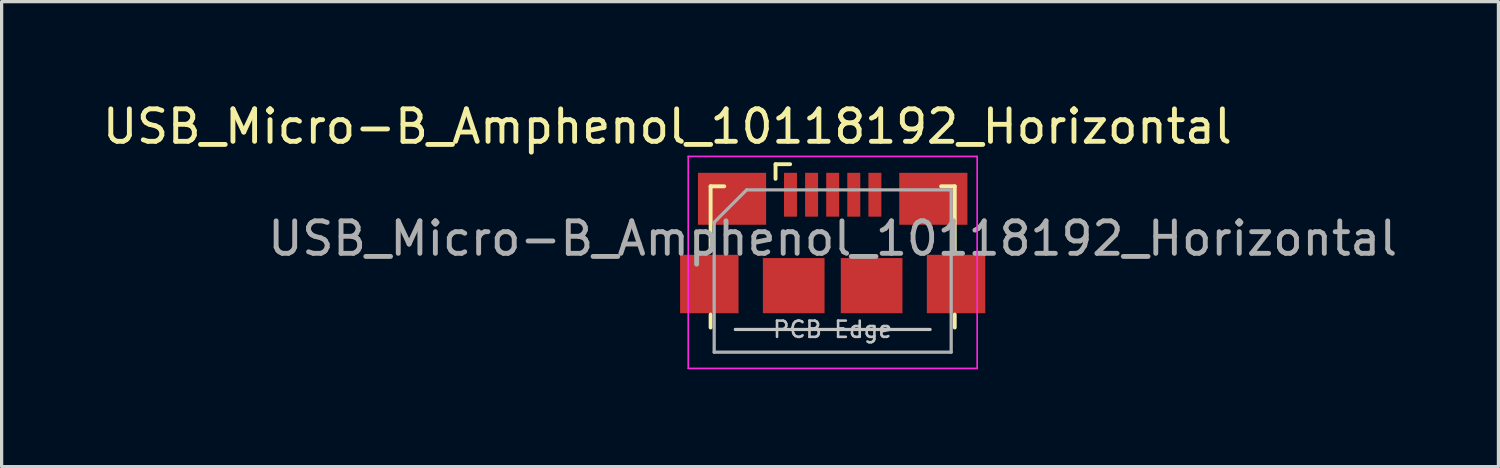
<source format=kicad_pcb>
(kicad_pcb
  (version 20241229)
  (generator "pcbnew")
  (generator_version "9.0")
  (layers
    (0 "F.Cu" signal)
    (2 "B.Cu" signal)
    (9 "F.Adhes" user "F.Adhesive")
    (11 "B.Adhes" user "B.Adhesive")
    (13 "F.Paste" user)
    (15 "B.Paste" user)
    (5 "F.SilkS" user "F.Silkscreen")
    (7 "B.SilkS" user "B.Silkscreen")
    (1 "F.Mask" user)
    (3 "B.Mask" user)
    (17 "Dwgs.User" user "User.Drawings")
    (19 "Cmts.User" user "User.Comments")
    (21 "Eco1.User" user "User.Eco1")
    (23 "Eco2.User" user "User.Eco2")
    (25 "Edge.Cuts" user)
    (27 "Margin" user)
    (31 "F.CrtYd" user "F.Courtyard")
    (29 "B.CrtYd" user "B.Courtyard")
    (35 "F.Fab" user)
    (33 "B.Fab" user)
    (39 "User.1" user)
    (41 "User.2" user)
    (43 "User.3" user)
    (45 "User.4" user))
  (footprint "USB_Micro-B_Amphenol_10118192_Horizontal"
    (layer "F.Cu")
    (at 22.598 4.348)
    (property "Reference" "USB_Micro-B_Amphenol_10118192_Horizontal" (at -5.092 -3.5 0) (layer "F.SilkS") (effects (font (size 1 1) (thickness 0.15))))
    (attr smd)
    (fp_line (start -3.76 -1.66) (end -3.34 -1.66) (stroke (width 0.12) (type solid)) (layer "F.SilkS"))
    (fp_line (start -3.76 0.32) (end -3.76 -1.66) (stroke (width 0.12) (type solid)) (layer "F.SilkS"))
    (fp_line (start -3.76 2.69) (end -3.76 2.29) (stroke (width 0.12) (type solid)) (layer "F.SilkS"))
    (fp_line (start -1.76 -1.89) (end -1.76 -2.34) (stroke (width 0.12) (type solid)) (layer "F.SilkS"))
    (fp_line (start -1.31 -2.34) (end -1.76 -2.34) (stroke (width 0.12) (type solid)) (layer "F.SilkS"))
    (fp_line (start 3.76 -1.66) (end 3.34 -1.66) (stroke (width 0.12) (type solid)) (layer "F.SilkS"))
    (fp_line (start 3.76 0.32) (end 3.76 -1.66) (stroke (width 0.12) (type solid)) (layer "F.SilkS"))
    (fp_line (start 3.76 2.29) (end 3.76 2.69) (stroke (width 0.12) (type solid)) (layer "F.SilkS"))
    (fp_line (start 3 2.75) (end -3 2.75) (stroke (width 0.1) (type solid)) (layer "Dwgs.User"))
    (fp_line (start -4.45 -2.58) (end -4.45 3.95) (stroke (width 0.05) (type solid)) (layer "F.CrtYd"))
    (fp_line (start -4.45 -2.58) (end 4.45 -2.58) (stroke (width 0.05) (type solid)) (layer "F.CrtYd"))
    (fp_line (start -4.45 3.95) (end 4.45 3.95) (stroke (width 0.05) (type solid)) (layer "F.CrtYd"))
    (fp_line (start 4.45 -2.58) (end 4.45 3.95) (stroke (width 0.05) (type solid)) (layer "F.CrtYd"))
    (fp_line (start -3.65 -0.55) (end -2.65 -1.55) (stroke (width 0.1) (type solid)) (layer "F.Fab"))
    (fp_line (start -3.65 3.45) (end -3.65 -0.55) (stroke (width 0.1) (type solid)) (layer "F.Fab"))
    (fp_line (start -2.65 -1.55) (end 3.65 -1.55) (stroke (width 0.1) (type solid)) (layer "F.Fab"))
    (fp_line (start 3.65 -1.55) (end 3.65 3.45) (stroke (width 0.1) (type solid)) (layer "F.Fab"))
    (fp_line (start 3.65 3.45) (end -3.65 3.45) (stroke (width 0.1) (type solid)) (layer "F.Fab"))
    (fp_text user "PCB Edge" (at 0 2.75 0) (layer "Dwgs.User") (effects (font (size 0.5 0.5) (thickness 0.08))))
    (fp_text user "${REFERENCE}" (at 0 -0.05 0) (layer "F.Fab") (effects (font (size 1 1) (thickness 0.15))))
    (pad "1" smd rect (at -1.3 -1.4) (size 0.4 1.35) (layers "F.Cu" "F.Mask" "F.Paste"))
    (pad "2" smd rect (at -0.65 -1.4) (size 0.4 1.35) (layers "F.Cu" "F.Mask" "F.Paste"))
    (pad "3" smd rect (at 0 -1.4) (size 0.4 1.35) (layers "F.Cu" "F.Mask" "F.Paste"))
    (pad "4" smd rect (at 0.65 -1.4) (size 0.4 1.35) (layers "F.Cu" "F.Mask" "F.Paste"))
    (pad "5" smd rect (at 1.3 -1.4) (size 0.4 1.35) (layers "F.Cu" "F.Mask" "F.Paste"))
    (pad "6" smd rect (at -3.8 1.35) (size 1.8 1.8) (layers "F.Cu" "F.Mask" "F.Paste"))
    (pad "6" smd rect (at -3.1 -1.275) (size 2.1 1.6) (layers "F.Cu" "F.Mask" "F.Paste"))
    (pad "6" smd rect (at -1.2 1.4) (size 1.9 1.7) (layers "F.Cu" "F.Mask" "F.Paste"))
    (pad "6" smd rect (at 1.2 1.4) (size 1.9 1.7) (layers "F.Cu" "F.Mask" "F.Paste"))
    (pad "6" smd rect (at 3.1 -1.275) (size 2.1 1.6) (layers "F.Cu" "F.Mask" "F.Paste"))
    (pad "6" smd rect (at 3.8 1.35) (size 1.8 1.8) (layers "F.Cu" "F.Mask" "F.Paste")))
  (gr_rect
    (start -3 -3)
    (end 43.104 11.323)
    (stroke (width 0.1) (type default))
    (fill no)
    (layer "Edge.Cuts")))
</source>
